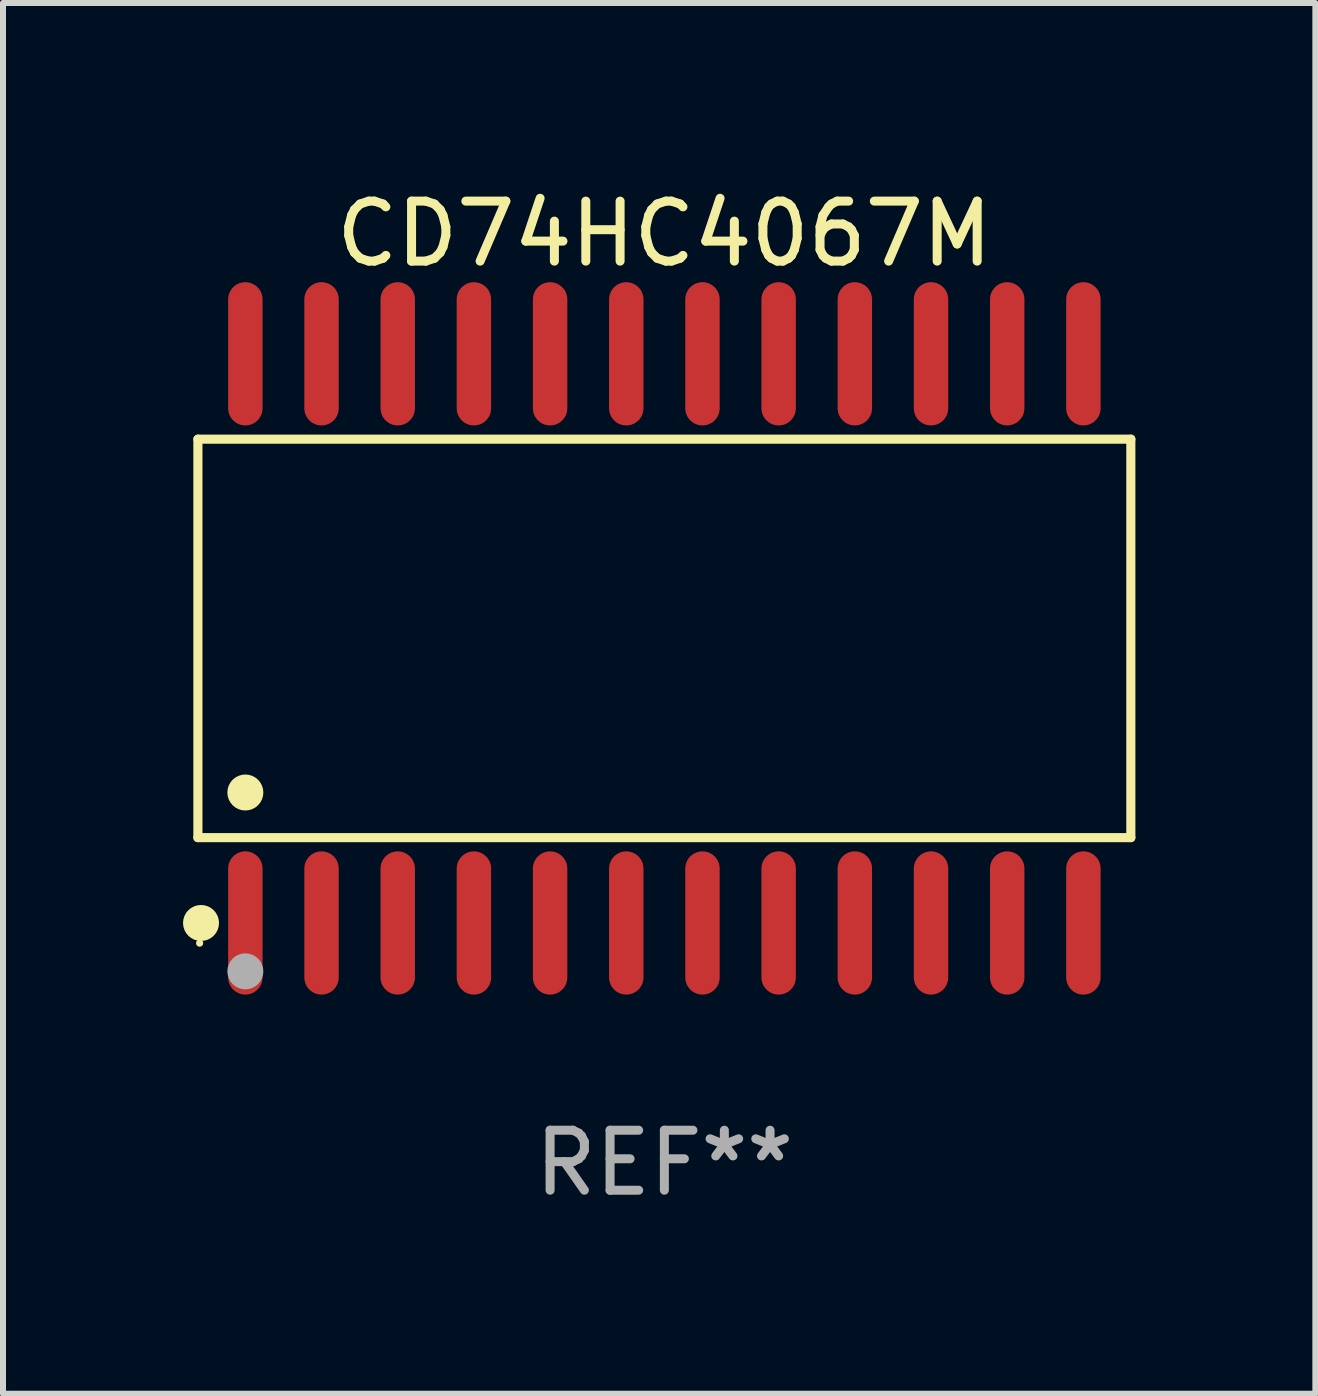
<source format=kicad_pcb>
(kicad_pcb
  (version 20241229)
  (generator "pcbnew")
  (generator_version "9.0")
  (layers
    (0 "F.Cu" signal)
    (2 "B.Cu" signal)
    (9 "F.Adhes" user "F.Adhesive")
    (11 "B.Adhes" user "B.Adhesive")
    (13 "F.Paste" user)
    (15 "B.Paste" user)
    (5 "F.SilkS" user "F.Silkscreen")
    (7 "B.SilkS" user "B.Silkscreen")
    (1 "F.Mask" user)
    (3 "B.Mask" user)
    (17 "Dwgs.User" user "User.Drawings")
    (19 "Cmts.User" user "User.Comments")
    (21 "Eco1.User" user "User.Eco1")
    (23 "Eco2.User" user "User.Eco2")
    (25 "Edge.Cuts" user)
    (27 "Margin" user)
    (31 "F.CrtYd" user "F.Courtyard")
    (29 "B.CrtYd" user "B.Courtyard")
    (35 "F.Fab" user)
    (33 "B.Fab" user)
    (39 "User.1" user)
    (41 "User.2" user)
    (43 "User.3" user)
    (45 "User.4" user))
  (footprint "CD74HC4067M"
    (layer "F.Cu")
    (at 8.025 7.592)
    (property "Reference" "CD74HC4067M" (at 0 -6.744 0) (layer "F.SilkS") (effects (font (size 1 1) (thickness 0.15))))
    (attr through_hole)
    (fp_line (start -7.776 -3.321) (end 7.776 -3.321) (stroke (width 0.152) (type solid)) (layer "F.SilkS"))
    (fp_line (start -7.776 3.321) (end -7.776 -3.321) (stroke (width 0.152) (type solid)) (layer "F.SilkS"))
    (fp_line (start 7.776 -3.321) (end 7.776 3.321) (stroke (width 0.152) (type solid)) (layer "F.SilkS"))
    (fp_line (start 7.776 3.321) (end -7.776 3.321) (stroke (width 0.152) (type solid)) (layer "F.SilkS"))
    (fp_circle (center -7.747 5.08) (end -7.717 5.08) (stroke (width 0.06) (type solid)) (fill no) (layer "F.SilkS"))
    (fp_circle (center -7.724 4.744) (end -7.574 4.744) (stroke (width 0.3) (type solid)) (fill no) (layer "F.SilkS"))
    (fp_circle (center -6.985 2.569) (end -6.835 2.569) (stroke (width 0.3) (type solid)) (fill no) (layer "F.SilkS"))
    (fp_circle (center -6.985 5.55) (end -6.835 5.55) (stroke (width 0.3) (type solid)) (fill no) (layer "F.Fab"))
    (fp_text user "REF**" (at 0 8.744 0) (layer "F.Fab") (effects (font (size 1 1) (thickness 0.15))))
    (pad "1" smd oval (at -6.985 4.744) (size 0.574 2.388) (layers "F.Cu" "F.Mask" "F.Paste"))
    (pad "2" smd oval (at -5.715 4.744) (size 0.574 2.388) (layers "F.Cu" "F.Mask" "F.Paste"))
    (pad "3" smd oval (at -4.445 4.744) (size 0.574 2.388) (layers "F.Cu" "F.Mask" "F.Paste"))
    (pad "4" smd oval (at -3.175 4.744) (size 0.574 2.388) (layers "F.Cu" "F.Mask" "F.Paste"))
    (pad "5" smd oval (at -1.905 4.744) (size 0.574 2.388) (layers "F.Cu" "F.Mask" "F.Paste"))
    (pad "6" smd oval (at -0.635 4.744) (size 0.574 2.388) (layers "F.Cu" "F.Mask" "F.Paste"))
    (pad "7" smd oval (at 0.635 4.744) (size 0.574 2.388) (layers "F.Cu" "F.Mask" "F.Paste"))
    (pad "8" smd oval (at 1.905 4.744) (size 0.574 2.388) (layers "F.Cu" "F.Mask" "F.Paste"))
    (pad "9" smd oval (at 3.175 4.744) (size 0.574 2.388) (layers "F.Cu" "F.Mask" "F.Paste"))
    (pad "10" smd oval (at 4.445 4.744) (size 0.574 2.388) (layers "F.Cu" "F.Mask" "F.Paste"))
    (pad "11" smd oval (at 5.715 4.744) (size 0.574 2.388) (layers "F.Cu" "F.Mask" "F.Paste"))
    (pad "12" smd oval (at 6.985 4.744) (size 0.574 2.388) (layers "F.Cu" "F.Mask" "F.Paste"))
    (pad "13" smd oval (at 6.985 -4.744) (size 0.574 2.388) (layers "F.Cu" "F.Mask" "F.Paste"))
    (pad "14" smd oval (at 5.715 -4.744) (size 0.574 2.388) (layers "F.Cu" "F.Mask" "F.Paste"))
    (pad "15" smd oval (at 4.445 -4.744) (size 0.574 2.388) (layers "F.Cu" "F.Mask" "F.Paste"))
    (pad "16" smd oval (at 3.175 -4.744) (size 0.574 2.388) (layers "F.Cu" "F.Mask" "F.Paste"))
    (pad "17" smd oval (at 1.905 -4.744) (size 0.574 2.388) (layers "F.Cu" "F.Mask" "F.Paste"))
    (pad "18" smd oval (at 0.635 -4.744) (size 0.574 2.388) (layers "F.Cu" "F.Mask" "F.Paste"))
    (pad "19" smd oval (at -0.635 -4.744) (size 0.574 2.388) (layers "F.Cu" "F.Mask" "F.Paste"))
    (pad "20" smd oval (at -1.905 -4.744) (size 0.574 2.388) (layers "F.Cu" "F.Mask" "F.Paste"))
    (pad "21" smd oval (at -3.175 -4.744) (size 0.574 2.388) (layers "F.Cu" "F.Mask" "F.Paste"))
    (pad "22" smd oval (at -4.445 -4.744) (size 0.574 2.388) (layers "F.Cu" "F.Mask" "F.Paste"))
    (pad "23" smd oval (at -5.715 -4.744) (size 0.574 2.388) (layers "F.Cu" "F.Mask" "F.Paste"))
    (pad "24" smd oval (at -6.985 -4.744) (size 0.574 2.388) (layers "F.Cu" "F.Mask" "F.Paste")))
  (gr_rect
    (start -3 -3)
    (end 18.877 20.184)
    (stroke (width 0.1) (type default))
    (fill no)
    (layer "Edge.Cuts")))
</source>
